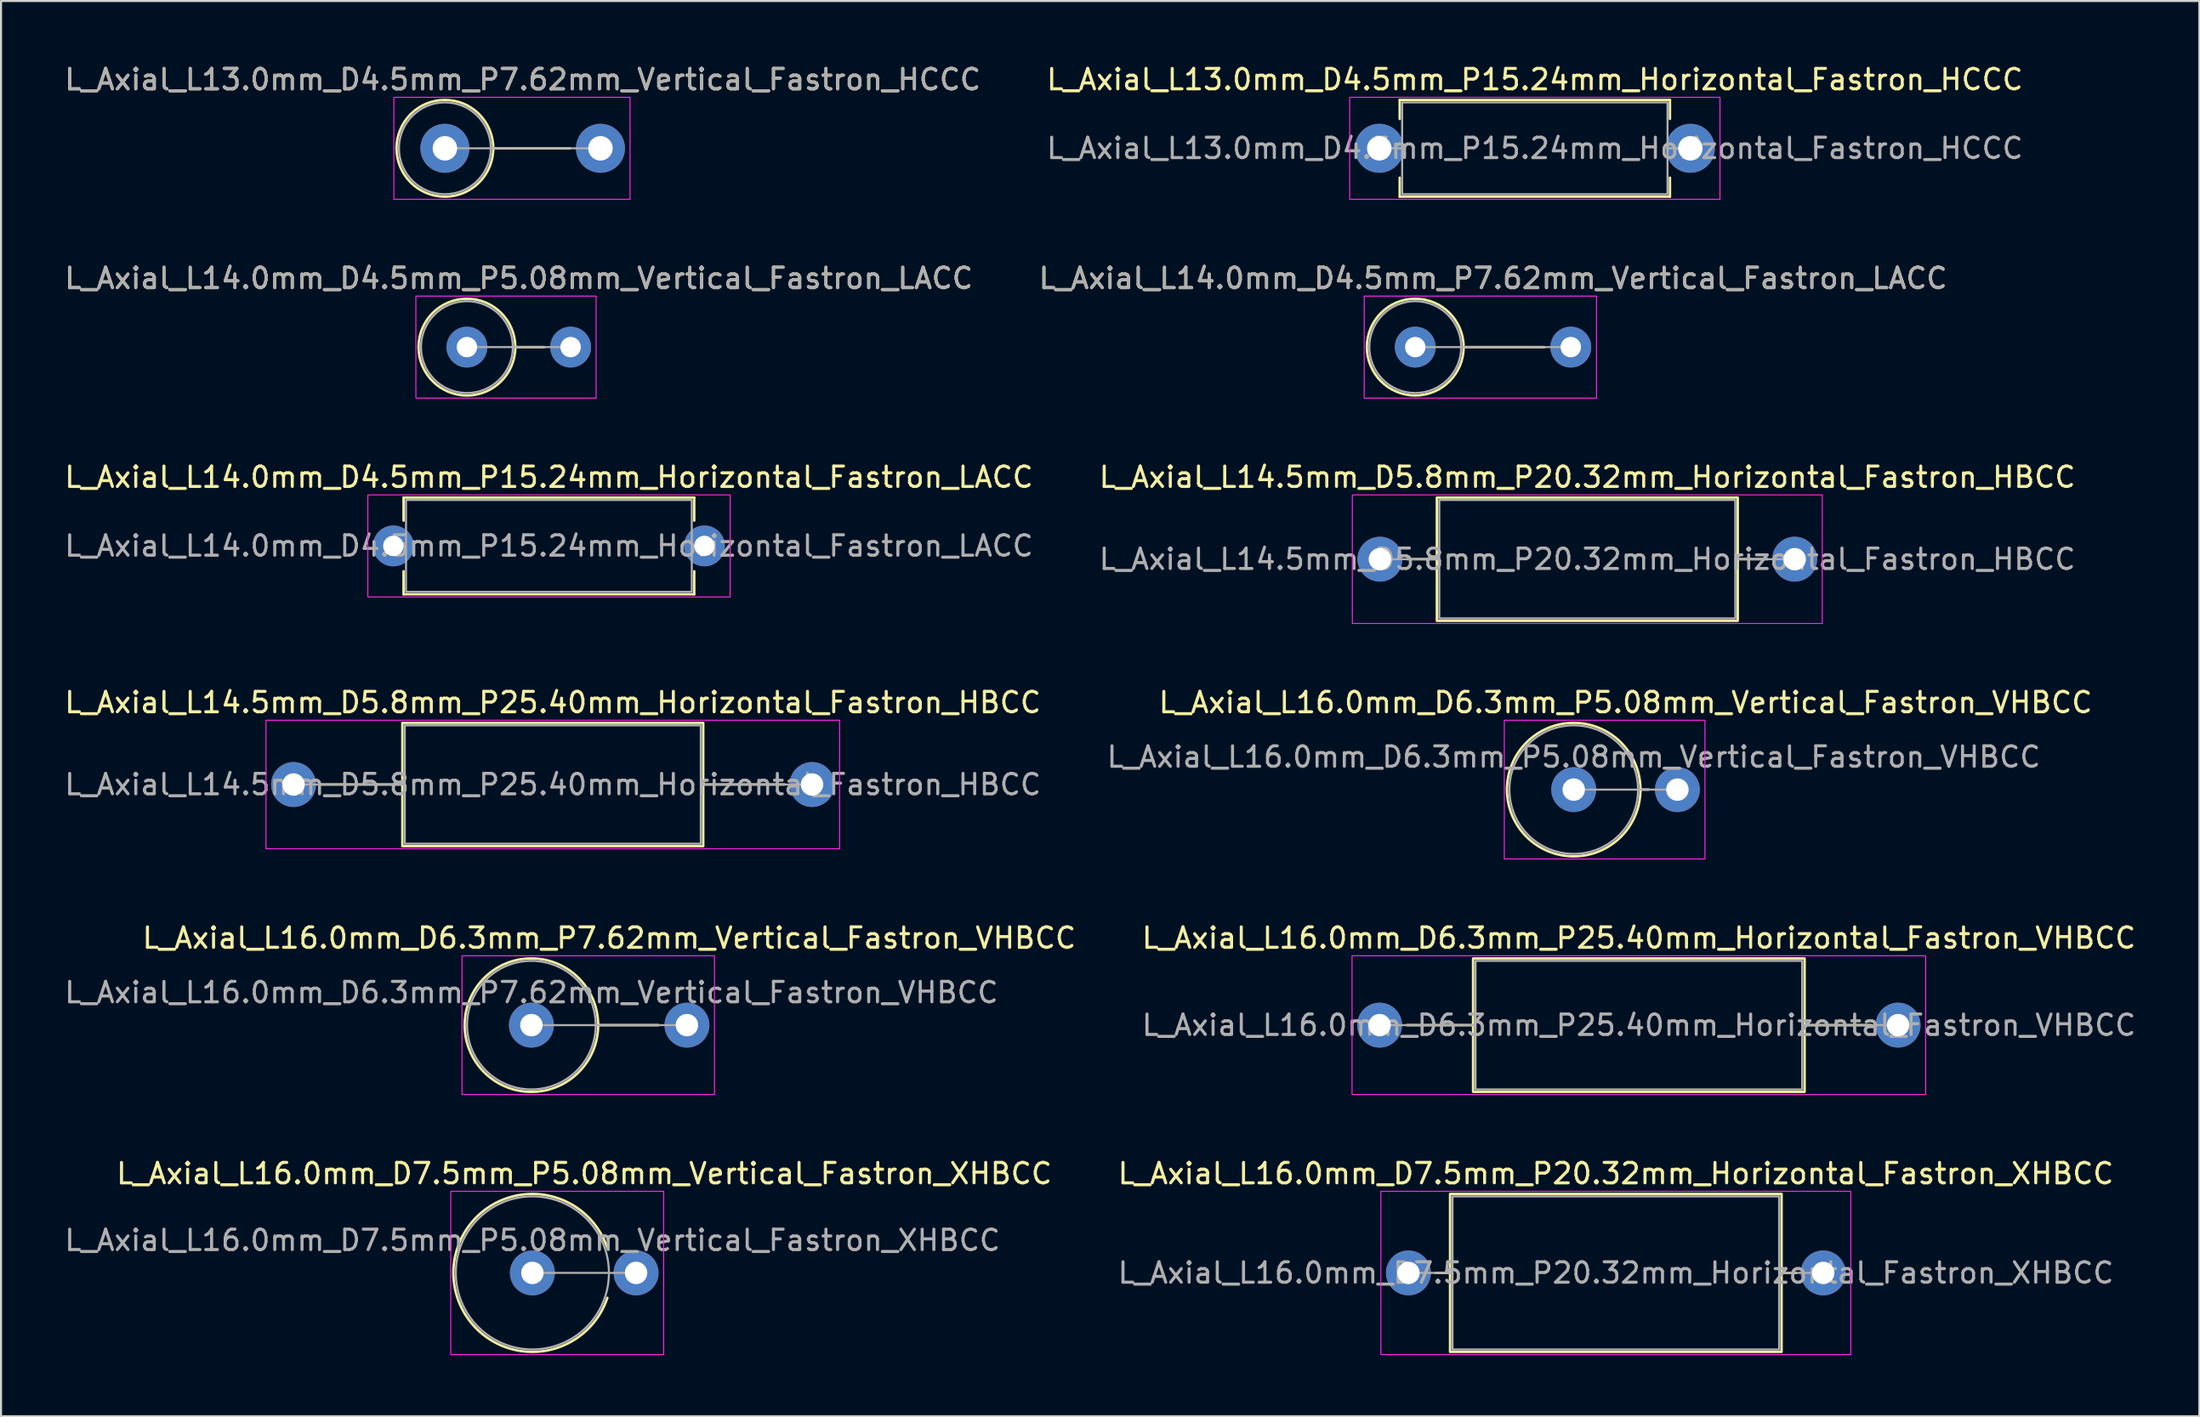
<source format=kicad_pcb>
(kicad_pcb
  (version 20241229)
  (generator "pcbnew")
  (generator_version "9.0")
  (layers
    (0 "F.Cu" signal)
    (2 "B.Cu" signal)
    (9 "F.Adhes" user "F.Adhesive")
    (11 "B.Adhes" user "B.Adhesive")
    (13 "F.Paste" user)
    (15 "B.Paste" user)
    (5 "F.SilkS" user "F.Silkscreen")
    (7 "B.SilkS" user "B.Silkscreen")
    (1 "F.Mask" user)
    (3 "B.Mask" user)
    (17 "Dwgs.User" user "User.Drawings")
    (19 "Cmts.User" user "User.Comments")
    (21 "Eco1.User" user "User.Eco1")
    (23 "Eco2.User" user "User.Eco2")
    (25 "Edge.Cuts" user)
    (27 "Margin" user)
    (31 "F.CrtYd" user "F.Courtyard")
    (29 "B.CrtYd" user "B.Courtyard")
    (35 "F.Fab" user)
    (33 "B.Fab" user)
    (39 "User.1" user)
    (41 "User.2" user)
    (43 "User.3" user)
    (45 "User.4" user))
  (footprint "L_Axial_L14.0mm_D4.5mm_P7.62mm_Vertical_Fastron_LACC"
    (layer "F.Cu")
    (at 66.279 13.961)
    (property "Reference" "L_Axial_L14.0mm_D4.5mm_P7.62mm_Vertical_Fastron_LACC" (at 3.81 -3.37 0) (layer "F.SilkS") (effects (font (size 1 1) (thickness 0.15))))
    (attr through_hole)
    (fp_line (start 2.37 0) (end 6.32 0) (stroke (width 0.12) (type solid)) (layer "F.SilkS"))
    (fp_circle (center 0 0) (end 2.37 0) (stroke (width 0.12) (type solid)) (fill no) (layer "F.SilkS"))
    (fp_rect (start -2.5 -2.5) (end 8.88 2.5) (stroke (width 0.05) (type solid)) (fill no) (layer "F.CrtYd"))
    (fp_line (start 0 0) (end 7.62 0) (stroke (width 0.1) (type solid)) (layer "F.Fab"))
    (fp_circle (center 0 0) (end 2.25 0) (stroke (width 0.1) (type solid)) (fill no) (layer "F.Fab"))
    (fp_text user "${REFERENCE}" (at 3.81 -3.37 0) (layer "F.Fab") (effects (font (size 1 1) (thickness 0.15))))
    (pad "1" thru_hole circle (at 0 0) (size 2 2) (drill 1) (layers "*.Cu" "*.Mask"))
    (pad "2" thru_hole circle (at 7.62 0) (size 2 2) (drill 1) (layers "*.Cu" "*.Mask")))
  (footprint "L_Axial_L16.0mm_D7.5mm_P20.32mm_Horizontal_Fastron_XHBCC"
    (layer "F.Cu")
    (at 65.945 59.334)
    (property "Reference" "L_Axial_L16.0mm_D7.5mm_P20.32mm_Horizontal_Fastron_XHBCC" (at 10.16 -4.87 0) (layer "F.SilkS") (effects (font (size 1 1) (thickness 0.15))))
    (attr through_hole)
    (fp_line (start 1.34 0) (end 2.04 0) (stroke (width 0.12) (type solid)) (layer "F.SilkS"))
    (fp_line (start 18.98 0) (end 18.28 0) (stroke (width 0.12) (type solid)) (layer "F.SilkS"))
    (fp_rect (start 2.04 -3.87) (end 18.28 3.87) (stroke (width 0.12) (type solid)) (fill no) (layer "F.SilkS"))
    (fp_rect (start -1.35 -4) (end 21.67 4) (stroke (width 0.05) (type solid)) (fill no) (layer "F.CrtYd"))
    (fp_line (start 0 0) (end 2.16 0) (stroke (width 0.1) (type solid)) (layer "F.Fab"))
    (fp_line (start 20.32 0) (end 18.16 0) (stroke (width 0.1) (type solid)) (layer "F.Fab"))
    (fp_rect (start 2.16 -3.75) (end 18.16 3.75) (stroke (width 0.1) (type solid)) (fill no) (layer "F.Fab"))
    (fp_text user "${REFERENCE}" (at 10.16 0 0) (layer "F.Fab") (effects (font (size 1 1) (thickness 0.15))))
    (pad "1" thru_hole circle (at 0 0) (size 2.2 2.2) (drill 1.1) (layers "*.Cu" "*.Mask"))
    (pad "2" thru_hole circle (at 20.32 0) (size 2.2 2.2) (drill 1.1) (layers "*.Cu" "*.Mask")))
  (footprint "L_Axial_L14.0mm_D4.5mm_P15.24mm_Horizontal_Fastron_LACC"
    (layer "F.Cu")
    (at 16.219 23.705)
    (property "Reference" "L_Axial_L14.0mm_D4.5mm_P15.24mm_Horizontal_Fastron_LACC" (at 7.62 -3.37 0) (layer "F.SilkS") (effects (font (size 1 1) (thickness 0.15))))
    (attr through_hole)
    (fp_line (start 0.5 -2.37) (end 14.74 -2.37) (stroke (width 0.12) (type solid)) (layer "F.SilkS"))
    (fp_line (start 0.5 -1.24) (end 0.5 -2.37) (stroke (width 0.12) (type solid)) (layer "F.SilkS"))
    (fp_line (start 0.5 1.24) (end 0.5 2.37) (stroke (width 0.12) (type solid)) (layer "F.SilkS"))
    (fp_line (start 0.5 2.37) (end 14.74 2.37) (stroke (width 0.12) (type solid)) (layer "F.SilkS"))
    (fp_line (start 14.74 -2.37) (end 14.74 -1.24) (stroke (width 0.12) (type solid)) (layer "F.SilkS"))
    (fp_line (start 14.74 2.37) (end 14.74 1.24) (stroke (width 0.12) (type solid)) (layer "F.SilkS"))
    (fp_rect (start -1.25 -2.5) (end 16.5 2.5) (stroke (width 0.05) (type solid)) (fill no) (layer "F.CrtYd"))
    (fp_line (start 0 0) (end 0.62 0) (stroke (width 0.1) (type solid)) (layer "F.Fab"))
    (fp_line (start 15.24 0) (end 14.62 0) (stroke (width 0.1) (type solid)) (layer "F.Fab"))
    (fp_rect (start 0.62 -2.25) (end 14.62 2.25) (stroke (width 0.1) (type solid)) (fill no) (layer "F.Fab"))
    (fp_text user "${REFERENCE}" (at 7.62 0 0) (layer "F.Fab") (effects (font (size 1 1) (thickness 0.15))))
    (pad "1" thru_hole circle (at 0 0) (size 2 2) (drill 1) (layers "*.Cu" "*.Mask"))
    (pad "2" thru_hole circle (at 15.24 0) (size 2 2) (drill 1) (layers "*.Cu" "*.Mask")))
  (footprint "L_Axial_L16.0mm_D7.5mm_P5.08mm_Vertical_Fastron_XHBCC"
    (layer "F.Cu")
    (at 23.03 59.334)
    (property "Reference" "L_Axial_L16.0mm_D7.5mm_P5.08mm_Vertical_Fastron_XHBCC" (at 2.54 -4.87 0) (layer "F.SilkS") (effects (font (size 1 1) (thickness 0.15))))
    (attr through_hole)
    (fp_arc (start 3.672669 1.22) (mid -3.87 0) (end 3.672669 -1.22) (stroke (width 0.12) (type solid)) (layer "F.SilkS"))
    (fp_rect (start -4 -4) (end 6.43 4) (stroke (width 0.05) (type solid)) (fill no) (layer "F.CrtYd"))
    (fp_line (start 0 0) (end 5.08 0) (stroke (width 0.1) (type solid)) (layer "F.Fab"))
    (fp_circle (center 0 0) (end 3.75 0) (stroke (width 0.1) (type solid)) (fill no) (layer "F.Fab"))
    (fp_text user "${REFERENCE}" (at 0 -1.6 0) (layer "F.Fab") (effects (font (size 1 1) (thickness 0.15))))
    (pad "1" thru_hole circle (at 0 0) (size 2.2 2.2) (drill 1.1) (layers "*.Cu" "*.Mask"))
    (pad "2" thru_hole circle (at 5.08 0) (size 2.2 2.2) (drill 1.1) (layers "*.Cu" "*.Mask")))
  (footprint "L_Axial_L16.0mm_D6.3mm_P7.62mm_Vertical_Fastron_VHBCC"
    (layer "F.Cu")
    (at 22.982 47.191)
    (property "Reference" "L_Axial_L16.0mm_D6.3mm_P7.62mm_Vertical_Fastron_VHBCC" (at 3.81 -4.27 0) (layer "F.SilkS") (effects (font (size 1 1) (thickness 0.15))))
    (attr through_hole)
    (fp_line (start 3.27 0) (end 6.22 0) (stroke (width 0.12) (type solid)) (layer "F.SilkS"))
    (fp_circle (center 0 0) (end 3.27 0) (stroke (width 0.12) (type solid)) (fill no) (layer "F.SilkS"))
    (fp_rect (start -3.4 -3.4) (end 8.97 3.4) (stroke (width 0.05) (type solid)) (fill no) (layer "F.CrtYd"))
    (fp_line (start 0 0) (end 7.62 0) (stroke (width 0.1) (type solid)) (layer "F.Fab"))
    (fp_circle (center 0 0) (end 3.15 0) (stroke (width 0.1) (type solid)) (fill no) (layer "F.Fab"))
    (fp_text user "${REFERENCE}" (at 0 -1.6 0) (layer "F.Fab") (effects (font (size 1 1) (thickness 0.15))))
    (pad "1" thru_hole circle (at 0 0) (size 2.2 2.2) (drill 1.1) (layers "*.Cu" "*.Mask"))
    (pad "2" thru_hole circle (at 7.62 0) (size 2.2 2.2) (drill 1.1) (layers "*.Cu" "*.Mask")))
  (footprint "L_Axial_L14.5mm_D5.8mm_P20.32mm_Horizontal_Fastron_HBCC"
    (layer "F.Cu")
    (at 64.548 24.355)
    (property "Reference" "L_Axial_L14.5mm_D5.8mm_P20.32mm_Horizontal_Fastron_HBCC" (at 10.16 -4.02 0) (layer "F.SilkS") (effects (font (size 1 1) (thickness 0.15))))
    (attr through_hole)
    (fp_line (start 1.34 0) (end 2.79 0) (stroke (width 0.12) (type solid)) (layer "F.SilkS"))
    (fp_line (start 18.98 0) (end 17.53 0) (stroke (width 0.12) (type solid)) (layer "F.SilkS"))
    (fp_rect (start 2.79 -3.02) (end 17.53 3.02) (stroke (width 0.12) (type solid)) (fill no) (layer "F.SilkS"))
    (fp_rect (start -1.35 -3.15) (end 21.67 3.15) (stroke (width 0.05) (type solid)) (fill no) (layer "F.CrtYd"))
    (fp_line (start 0 0) (end 2.91 0) (stroke (width 0.1) (type solid)) (layer "F.Fab"))
    (fp_line (start 20.32 0) (end 17.41 0) (stroke (width 0.1) (type solid)) (layer "F.Fab"))
    (fp_rect (start 2.91 -2.9) (end 17.41 2.9) (stroke (width 0.1) (type solid)) (fill no) (layer "F.Fab"))
    (fp_text user "${REFERENCE}" (at 10.16 0 0) (layer "F.Fab") (effects (font (size 1 1) (thickness 0.15))))
    (pad "1" thru_hole circle (at 0 0) (size 2.2 2.2) (drill 1.1) (layers "*.Cu" "*.Mask"))
    (pad "2" thru_hole circle (at 20.32 0) (size 2.2 2.2) (drill 1.1) (layers "*.Cu" "*.Mask")))
  (footprint "L_Axial_L13.0mm_D4.5mm_P15.24mm_Horizontal_Fastron_HCCC"
    (layer "F.Cu")
    (at 64.517 4.218)
    (property "Reference" "L_Axial_L13.0mm_D4.5mm_P15.24mm_Horizontal_Fastron_HCCC" (at 7.62 -3.37 0) (layer "F.SilkS") (effects (font (size 1 1) (thickness 0.15))))
    (attr through_hole)
    (fp_line (start 1 -2.37) (end 14.24 -2.37) (stroke (width 0.12) (type solid)) (layer "F.SilkS"))
    (fp_line (start 1 -1.44) (end 1 -2.37) (stroke (width 0.12) (type solid)) (layer "F.SilkS"))
    (fp_line (start 1 1.44) (end 1 2.37) (stroke (width 0.12) (type solid)) (layer "F.SilkS"))
    (fp_line (start 1 2.37) (end 14.24 2.37) (stroke (width 0.12) (type solid)) (layer "F.SilkS"))
    (fp_line (start 14.24 -2.37) (end 14.24 -1.44) (stroke (width 0.12) (type solid)) (layer "F.SilkS"))
    (fp_line (start 14.24 2.37) (end 14.24 1.44) (stroke (width 0.12) (type solid)) (layer "F.SilkS"))
    (fp_rect (start -1.45 -2.5) (end 16.69 2.5) (stroke (width 0.05) (type solid)) (fill no) (layer "F.CrtYd"))
    (fp_line (start 0 0) (end 1.12 0) (stroke (width 0.1) (type solid)) (layer "F.Fab"))
    (fp_line (start 15.24 0) (end 14.12 0) (stroke (width 0.1) (type solid)) (layer "F.Fab"))
    (fp_rect (start 1.12 -2.25) (end 14.12 2.25) (stroke (width 0.1) (type solid)) (fill no) (layer "F.Fab"))
    (fp_text user "${REFERENCE}" (at 7.62 0 0) (layer "F.Fab") (effects (font (size 1 1) (thickness 0.15))))
    (pad "1" thru_hole circle (at 0 0) (size 2.4 2.4) (drill 1.2) (layers "*.Cu" "*.Mask"))
    (pad "2" thru_hole circle (at 15.24 0) (size 2.4 2.4) (drill 1.2) (layers "*.Cu" "*.Mask")))
  (footprint "L_Axial_L14.5mm_D5.8mm_P25.40mm_Horizontal_Fastron_HBCC"
    (layer "F.Cu")
    (at 11.33 35.398)
    (property "Reference" "L_Axial_L14.5mm_D5.8mm_P25.40mm_Horizontal_Fastron_HBCC" (at 12.7 -4.02 0) (layer "F.SilkS") (effects (font (size 1 1) (thickness 0.15))))
    (attr through_hole)
    (fp_line (start 1.34 0) (end 5.33 0) (stroke (width 0.12) (type solid)) (layer "F.SilkS"))
    (fp_line (start 24.06 0) (end 20.07 0) (stroke (width 0.12) (type solid)) (layer "F.SilkS"))
    (fp_rect (start 5.33 -3.02) (end 20.07 3.02) (stroke (width 0.12) (type solid)) (fill no) (layer "F.SilkS"))
    (fp_rect (start -1.35 -3.15) (end 26.75 3.15) (stroke (width 0.05) (type solid)) (fill no) (layer "F.CrtYd"))
    (fp_line (start 0 0) (end 5.45 0) (stroke (width 0.1) (type solid)) (layer "F.Fab"))
    (fp_line (start 25.4 0) (end 19.95 0) (stroke (width 0.1) (type solid)) (layer "F.Fab"))
    (fp_rect (start 5.45 -2.9) (end 19.95 2.9) (stroke (width 0.1) (type solid)) (fill no) (layer "F.Fab"))
    (fp_text user "${REFERENCE}" (at 12.7 0 0) (layer "F.Fab") (effects (font (size 1 1) (thickness 0.15))))
    (pad "1" thru_hole circle (at 0 0) (size 2.2 2.2) (drill 1.1) (layers "*.Cu" "*.Mask"))
    (pad "2" thru_hole circle (at 25.4 0) (size 2.2 2.2) (drill 1.1) (layers "*.Cu" "*.Mask")))
  (footprint "L_Axial_L13.0mm_D4.5mm_P7.62mm_Vertical_Fastron_HCCC"
    (layer "F.Cu")
    (at 18.744 4.218)
    (property "Reference" "L_Axial_L13.0mm_D4.5mm_P7.62mm_Vertical_Fastron_HCCC" (at 3.81 -3.37 0) (layer "F.SilkS") (effects (font (size 1 1) (thickness 0.15))))
    (attr through_hole)
    (fp_line (start 2.37 0) (end 6.12 0) (stroke (width 0.12) (type solid)) (layer "F.SilkS"))
    (fp_circle (center 0 0) (end 2.37 0) (stroke (width 0.12) (type solid)) (fill no) (layer "F.SilkS"))
    (fp_rect (start -2.5 -2.5) (end 9.07 2.5) (stroke (width 0.05) (type solid)) (fill no) (layer "F.CrtYd"))
    (fp_line (start 0 0) (end 7.62 0) (stroke (width 0.1) (type solid)) (layer "F.Fab"))
    (fp_circle (center 0 0) (end 2.25 0) (stroke (width 0.1) (type solid)) (fill no) (layer "F.Fab"))
    (fp_text user "${REFERENCE}" (at 3.81 -3.37 0) (layer "F.Fab") (effects (font (size 1 1) (thickness 0.15))))
    (pad "1" thru_hole circle (at 0 0) (size 2.4 2.4) (drill 1.2) (layers "*.Cu" "*.Mask"))
    (pad "2" thru_hole circle (at 7.62 0) (size 2.4 2.4) (drill 1.2) (layers "*.Cu" "*.Mask")))
  (footprint "L_Axial_L16.0mm_D6.3mm_P25.40mm_Horizontal_Fastron_VHBCC"
    (layer "F.Cu")
    (at 64.533 47.191)
    (property "Reference" "L_Axial_L16.0mm_D6.3mm_P25.40mm_Horizontal_Fastron_VHBCC" (at 12.7 -4.27 0) (layer "F.SilkS") (effects (font (size 1 1) (thickness 0.15))))
    (attr through_hole)
    (fp_line (start 1.34 0) (end 4.58 0) (stroke (width 0.12) (type solid)) (layer "F.SilkS"))
    (fp_line (start 24.06 0) (end 20.82 0) (stroke (width 0.12) (type solid)) (layer "F.SilkS"))
    (fp_rect (start 4.58 -3.27) (end 20.82 3.27) (stroke (width 0.12) (type solid)) (fill no) (layer "F.SilkS"))
    (fp_rect (start -1.35 -3.4) (end 26.75 3.4) (stroke (width 0.05) (type solid)) (fill no) (layer "F.CrtYd"))
    (fp_line (start 0 0) (end 4.7 0) (stroke (width 0.1) (type solid)) (layer "F.Fab"))
    (fp_line (start 25.4 0) (end 20.7 0) (stroke (width 0.1) (type solid)) (layer "F.Fab"))
    (fp_rect (start 4.7 -3.15) (end 20.7 3.15) (stroke (width 0.1) (type solid)) (fill no) (layer "F.Fab"))
    (fp_text user "${REFERENCE}" (at 12.7 0 0) (layer "F.Fab") (effects (font (size 1 1) (thickness 0.15))))
    (pad "1" thru_hole circle (at 0 0) (size 2.2 2.2) (drill 1.1) (layers "*.Cu" "*.Mask"))
    (pad "2" thru_hole circle (at 25.4 0) (size 2.2 2.2) (drill 1.1) (layers "*.Cu" "*.Mask")))
  (footprint "L_Axial_L14.0mm_D4.5mm_P5.08mm_Vertical_Fastron_LACC"
    (layer "F.Cu")
    (at 19.823 13.961)
    (property "Reference" "L_Axial_L14.0mm_D4.5mm_P5.08mm_Vertical_Fastron_LACC" (at 2.54 -3.37 0) (layer "F.SilkS") (effects (font (size 1 1) (thickness 0.15))))
    (attr through_hole)
    (fp_line (start 2.37 0) (end 3.78 0) (stroke (width 0.12) (type solid)) (layer "F.SilkS"))
    (fp_circle (center 0 0) (end 2.37 0) (stroke (width 0.12) (type solid)) (fill no) (layer "F.SilkS"))
    (fp_rect (start -2.5 -2.5) (end 6.33 2.5) (stroke (width 0.05) (type solid)) (fill no) (layer "F.CrtYd"))
    (fp_line (start 0 0) (end 5.08 0) (stroke (width 0.1) (type solid)) (layer "F.Fab"))
    (fp_circle (center 0 0) (end 2.25 0) (stroke (width 0.1) (type solid)) (fill no) (layer "F.Fab"))
    (fp_text user "${REFERENCE}" (at 2.54 -3.37 0) (layer "F.Fab") (effects (font (size 1 1) (thickness 0.15))))
    (pad "1" thru_hole circle (at 0 0) (size 2 2) (drill 1) (layers "*.Cu" "*.Mask"))
    (pad "2" thru_hole circle (at 5.08 0) (size 2 2) (drill 1) (layers "*.Cu" "*.Mask")))
  (footprint "L_Axial_L16.0mm_D6.3mm_P5.08mm_Vertical_Fastron_VHBCC"
    (layer "F.Cu")
    (at 74.042 35.648)
    (property "Reference" "L_Axial_L16.0mm_D6.3mm_P5.08mm_Vertical_Fastron_VHBCC" (at 2.54 -4.27 0) (layer "F.SilkS") (effects (font (size 1 1) (thickness 0.15))))
    (attr through_hole)
    (fp_line (start 3.27 0) (end 3.68 0) (stroke (width 0.12) (type solid)) (layer "F.SilkS"))
    (fp_circle (center 0 0) (end 3.27 0) (stroke (width 0.12) (type solid)) (fill no) (layer "F.SilkS"))
    (fp_rect (start -3.4 -3.4) (end 6.43 3.4) (stroke (width 0.05) (type solid)) (fill no) (layer "F.CrtYd"))
    (fp_line (start 0 0) (end 5.08 0) (stroke (width 0.1) (type solid)) (layer "F.Fab"))
    (fp_circle (center 0 0) (end 3.15 0) (stroke (width 0.1) (type solid)) (fill no) (layer "F.Fab"))
    (fp_text user "${REFERENCE}" (at 0 -1.6 0) (layer "F.Fab") (effects (font (size 1 1) (thickness 0.15))))
    (pad "1" thru_hole circle (at 0 0) (size 2.2 2.2) (drill 1.1) (layers "*.Cu" "*.Mask"))
    (pad "2" thru_hole circle (at 5.08 0) (size 2.2 2.2) (drill 1.1) (layers "*.Cu" "*.Mask")))
  (gr_rect
    (start -3 -3)
    (end 104.691 66.359)
    (stroke (width 0.1) (type default))
    (fill no)
    (layer "Edge.Cuts")))
</source>
